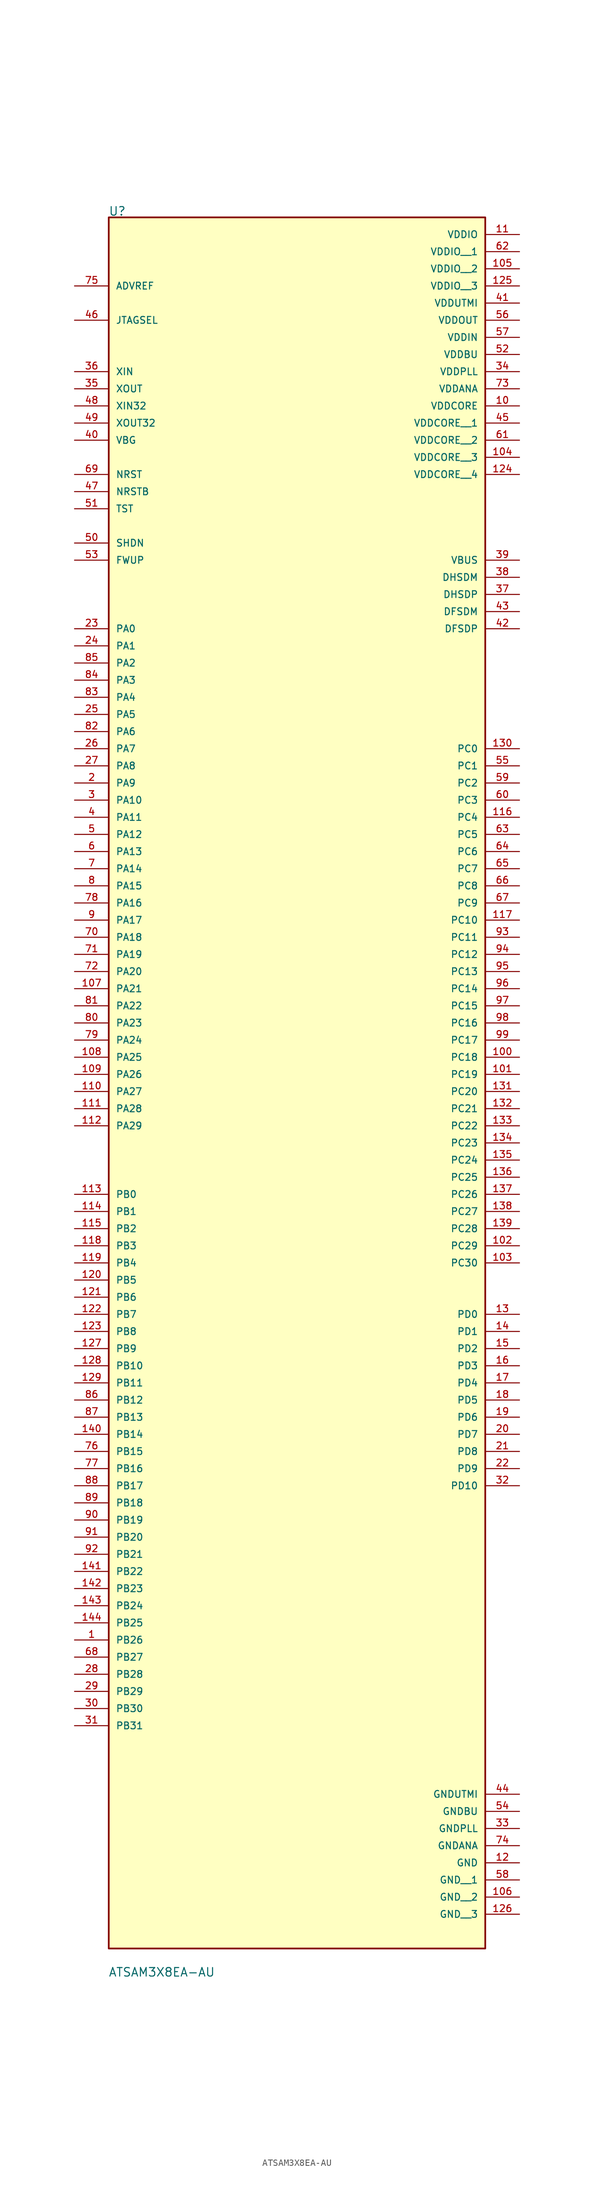
<source format=kicad_sym>
(kicad_symbol_lib
  (version 20211014)
  (generator kicad_symbol_editor)
  (symbol "ATSAM3X8EA-AU"
    (pin_names
      (offset 1.016))
    (property "Reference" "U"
      (at -27.98 114.465 0)
      (effects (font (size 1.27 1.27)) (justify bottom left)))
    (property "Value" "ATSAM3X8EA-AU"
      (at -27.994 -145.008 0.0)
      (effects (font (size 1.27 1.27)) (justify top left)))
    (symbol "ATSAM3X8EA-AU_0_0"
      (rectangle (start -27.94 -142.24) (end 27.94 114.3) (stroke (width 0.254)) (fill (type background)))
      (pin bidirectional line (at -33.02 53.34 0) (length 5.08) (name "PA0" (effects (font (size 1.016 1.016)))) (number "23" (effects (font (size 1.016 1.016)))))
      (pin bidirectional line (at -33.02 50.8 0) (length 5.08) (name "PA1" (effects (font (size 1.016 1.016)))) (number "24" (effects (font (size 1.016 1.016)))))
      (pin bidirectional line (at -33.02 48.26 0) (length 5.08) (name "PA2" (effects (font (size 1.016 1.016)))) (number "85" (effects (font (size 1.016 1.016)))))
      (pin bidirectional line (at -33.02 45.72 0) (length 5.08) (name "PA3" (effects (font (size 1.016 1.016)))) (number "84" (effects (font (size 1.016 1.016)))))
      (pin bidirectional line (at -33.02 43.18 0) (length 5.08) (name "PA4" (effects (font (size 1.016 1.016)))) (number "83" (effects (font (size 1.016 1.016)))))
      (pin bidirectional line (at -33.02 40.64 0) (length 5.08) (name "PA5" (effects (font (size 1.016 1.016)))) (number "25" (effects (font (size 1.016 1.016)))))
      (pin bidirectional line (at -33.02 38.1 0) (length 5.08) (name "PA6" (effects (font (size 1.016 1.016)))) (number "82" (effects (font (size 1.016 1.016)))))
      (pin bidirectional line (at -33.02 35.56 0) (length 5.08) (name "PA7" (effects (font (size 1.016 1.016)))) (number "26" (effects (font (size 1.016 1.016)))))
      (pin bidirectional line (at -33.02 33.02 0) (length 5.08) (name "PA8" (effects (font (size 1.016 1.016)))) (number "27" (effects (font (size 1.016 1.016)))))
      (pin bidirectional line (at -33.02 30.48 0) (length 5.08) (name "PA9" (effects (font (size 1.016 1.016)))) (number "2" (effects (font (size 1.016 1.016)))))
      (pin bidirectional line (at -33.02 27.94 0) (length 5.08) (name "PA10" (effects (font (size 1.016 1.016)))) (number "3" (effects (font (size 1.016 1.016)))))
      (pin bidirectional line (at -33.02 25.4 0) (length 5.08) (name "PA11" (effects (font (size 1.016 1.016)))) (number "4" (effects (font (size 1.016 1.016)))))
      (pin bidirectional line (at -33.02 22.86 0) (length 5.08) (name "PA12" (effects (font (size 1.016 1.016)))) (number "5" (effects (font (size 1.016 1.016)))))
      (pin bidirectional line (at -33.02 20.32 0) (length 5.08) (name "PA13" (effects (font (size 1.016 1.016)))) (number "6" (effects (font (size 1.016 1.016)))))
      (pin bidirectional line (at -33.02 17.78 0) (length 5.08) (name "PA14" (effects (font (size 1.016 1.016)))) (number "7" (effects (font (size 1.016 1.016)))))
      (pin bidirectional line (at -33.02 15.24 0) (length 5.08) (name "PA15" (effects (font (size 1.016 1.016)))) (number "8" (effects (font (size 1.016 1.016)))))
      (pin bidirectional line (at -33.02 12.7 0) (length 5.08) (name "PA16" (effects (font (size 1.016 1.016)))) (number "78" (effects (font (size 1.016 1.016)))))
      (pin bidirectional line (at -33.02 10.16 0) (length 5.08) (name "PA17" (effects (font (size 1.016 1.016)))) (number "9" (effects (font (size 1.016 1.016)))))
      (pin bidirectional line (at -33.02 7.62 0) (length 5.08) (name "PA18" (effects (font (size 1.016 1.016)))) (number "70" (effects (font (size 1.016 1.016)))))
      (pin bidirectional line (at -33.02 5.08 0) (length 5.08) (name "PA19" (effects (font (size 1.016 1.016)))) (number "71" (effects (font (size 1.016 1.016)))))
      (pin bidirectional line (at -33.02 2.54 0) (length 5.08) (name "PA20" (effects (font (size 1.016 1.016)))) (number "72" (effects (font (size 1.016 1.016)))))
      (pin bidirectional line (at -33.02 0.0 0) (length 5.08) (name "PA21" (effects (font (size 1.016 1.016)))) (number "107" (effects (font (size 1.016 1.016)))))
      (pin bidirectional line (at -33.02 -2.54 0) (length 5.08) (name "PA22" (effects (font (size 1.016 1.016)))) (number "81" (effects (font (size 1.016 1.016)))))
      (pin bidirectional line (at -33.02 -5.08 0) (length 5.08) (name "PA23" (effects (font (size 1.016 1.016)))) (number "80" (effects (font (size 1.016 1.016)))))
      (pin bidirectional line (at -33.02 -7.62 0) (length 5.08) (name "PA24" (effects (font (size 1.016 1.016)))) (number "79" (effects (font (size 1.016 1.016)))))
      (pin bidirectional line (at -33.02 -10.16 0) (length 5.08) (name "PA25" (effects (font (size 1.016 1.016)))) (number "108" (effects (font (size 1.016 1.016)))))
      (pin bidirectional line (at -33.02 -12.7 0) (length 5.08) (name "PA26" (effects (font (size 1.016 1.016)))) (number "109" (effects (font (size 1.016 1.016)))))
      (pin bidirectional line (at -33.02 -15.24 0) (length 5.08) (name "PA27" (effects (font (size 1.016 1.016)))) (number "110" (effects (font (size 1.016 1.016)))))
      (pin bidirectional line (at -33.02 -17.78 0) (length 5.08) (name "PA28" (effects (font (size 1.016 1.016)))) (number "111" (effects (font (size 1.016 1.016)))))
      (pin bidirectional line (at -33.02 -20.32 0) (length 5.08) (name "PA29" (effects (font (size 1.016 1.016)))) (number "112" (effects (font (size 1.016 1.016)))))
      (pin bidirectional line (at -33.02 -30.48 0) (length 5.08) (name "PB0" (effects (font (size 1.016 1.016)))) (number "113" (effects (font (size 1.016 1.016)))))
      (pin bidirectional line (at -33.02 -33.02 0) (length 5.08) (name "PB1" (effects (font (size 1.016 1.016)))) (number "114" (effects (font (size 1.016 1.016)))))
      (pin bidirectional line (at -33.02 -35.56 0) (length 5.08) (name "PB2" (effects (font (size 1.016 1.016)))) (number "115" (effects (font (size 1.016 1.016)))))
      (pin bidirectional line (at -33.02 -38.1 0) (length 5.08) (name "PB3" (effects (font (size 1.016 1.016)))) (number "118" (effects (font (size 1.016 1.016)))))
      (pin bidirectional line (at -33.02 -40.64 0) (length 5.08) (name "PB4" (effects (font (size 1.016 1.016)))) (number "119" (effects (font (size 1.016 1.016)))))
      (pin bidirectional line (at -33.02 -43.18 0) (length 5.08) (name "PB5" (effects (font (size 1.016 1.016)))) (number "120" (effects (font (size 1.016 1.016)))))
      (pin bidirectional line (at -33.02 -45.72 0) (length 5.08) (name "PB6" (effects (font (size 1.016 1.016)))) (number "121" (effects (font (size 1.016 1.016)))))
      (pin bidirectional line (at -33.02 -48.26 0) (length 5.08) (name "PB7" (effects (font (size 1.016 1.016)))) (number "122" (effects (font (size 1.016 1.016)))))
      (pin bidirectional line (at -33.02 -50.8 0) (length 5.08) (name "PB8" (effects (font (size 1.016 1.016)))) (number "123" (effects (font (size 1.016 1.016)))))
      (pin bidirectional line (at -33.02 -53.34 0) (length 5.08) (name "PB9" (effects (font (size 1.016 1.016)))) (number "127" (effects (font (size 1.016 1.016)))))
      (pin bidirectional line (at -33.02 -55.88 0) (length 5.08) (name "PB10" (effects (font (size 1.016 1.016)))) (number "128" (effects (font (size 1.016 1.016)))))
      (pin bidirectional line (at -33.02 -58.42 0) (length 5.08) (name "PB11" (effects (font (size 1.016 1.016)))) (number "129" (effects (font (size 1.016 1.016)))))
      (pin bidirectional line (at -33.02 -60.96 0) (length 5.08) (name "PB12" (effects (font (size 1.016 1.016)))) (number "86" (effects (font (size 1.016 1.016)))))
      (pin bidirectional line (at -33.02 -63.5 0) (length 5.08) (name "PB13" (effects (font (size 1.016 1.016)))) (number "87" (effects (font (size 1.016 1.016)))))
      (pin bidirectional line (at -33.02 -66.04 0) (length 5.08) (name "PB14" (effects (font (size 1.016 1.016)))) (number "140" (effects (font (size 1.016 1.016)))))
      (pin bidirectional line (at -33.02 -68.58 0) (length 5.08) (name "PB15" (effects (font (size 1.016 1.016)))) (number "76" (effects (font (size 1.016 1.016)))))
      (pin bidirectional line (at -33.02 -71.12 0) (length 5.08) (name "PB16" (effects (font (size 1.016 1.016)))) (number "77" (effects (font (size 1.016 1.016)))))
      (pin bidirectional line (at -33.02 -73.66 0) (length 5.08) (name "PB17" (effects (font (size 1.016 1.016)))) (number "88" (effects (font (size 1.016 1.016)))))
      (pin bidirectional line (at -33.02 -76.2 0) (length 5.08) (name "PB18" (effects (font (size 1.016 1.016)))) (number "89" (effects (font (size 1.016 1.016)))))
      (pin bidirectional line (at -33.02 -78.74 0) (length 5.08) (name "PB19" (effects (font (size 1.016 1.016)))) (number "90" (effects (font (size 1.016 1.016)))))
      (pin bidirectional line (at -33.02 -81.28 0) (length 5.08) (name "PB20" (effects (font (size 1.016 1.016)))) (number "91" (effects (font (size 1.016 1.016)))))
      (pin bidirectional line (at -33.02 -83.82 0) (length 5.08) (name "PB21" (effects (font (size 1.016 1.016)))) (number "92" (effects (font (size 1.016 1.016)))))
      (pin bidirectional line (at -33.02 -86.36 0) (length 5.08) (name "PB22" (effects (font (size 1.016 1.016)))) (number "141" (effects (font (size 1.016 1.016)))))
      (pin bidirectional line (at -33.02 -88.9 0) (length 5.08) (name "PB23" (effects (font (size 1.016 1.016)))) (number "142" (effects (font (size 1.016 1.016)))))
      (pin bidirectional line (at -33.02 -91.44 0) (length 5.08) (name "PB24" (effects (font (size 1.016 1.016)))) (number "143" (effects (font (size 1.016 1.016)))))
      (pin bidirectional line (at -33.02 -93.98 0) (length 5.08) (name "PB25" (effects (font (size 1.016 1.016)))) (number "144" (effects (font (size 1.016 1.016)))))
      (pin bidirectional line (at -33.02 -96.52 0) (length 5.08) (name "PB26" (effects (font (size 1.016 1.016)))) (number "1" (effects (font (size 1.016 1.016)))))
      (pin bidirectional line (at -33.02 -99.06 0) (length 5.08) (name "PB27" (effects (font (size 1.016 1.016)))) (number "68" (effects (font (size 1.016 1.016)))))
      (pin bidirectional line (at -33.02 -101.6 0) (length 5.08) (name "PB28" (effects (font (size 1.016 1.016)))) (number "28" (effects (font (size 1.016 1.016)))))
      (pin bidirectional line (at -33.02 -104.14 0) (length 5.08) (name "PB29" (effects (font (size 1.016 1.016)))) (number "29" (effects (font (size 1.016 1.016)))))
      (pin bidirectional line (at -33.02 -106.68 0) (length 5.08) (name "PB30" (effects (font (size 1.016 1.016)))) (number "30" (effects (font (size 1.016 1.016)))))
      (pin bidirectional line (at -33.02 -109.22 0) (length 5.08) (name "PB31" (effects (font (size 1.016 1.016)))) (number "31" (effects (font (size 1.016 1.016)))))
      (pin bidirectional line (at 33.02 35.56 180.0) (length 5.08) (name "PC0" (effects (font (size 1.016 1.016)))) (number "130" (effects (font (size 1.016 1.016)))))
      (pin bidirectional line (at 33.02 33.02 180.0) (length 5.08) (name "PC1" (effects (font (size 1.016 1.016)))) (number "55" (effects (font (size 1.016 1.016)))))
      (pin bidirectional line (at 33.02 30.48 180.0) (length 5.08) (name "PC2" (effects (font (size 1.016 1.016)))) (number "59" (effects (font (size 1.016 1.016)))))
      (pin bidirectional line (at 33.02 27.94 180.0) (length 5.08) (name "PC3" (effects (font (size 1.016 1.016)))) (number "60" (effects (font (size 1.016 1.016)))))
      (pin bidirectional line (at 33.02 25.4 180.0) (length 5.08) (name "PC4" (effects (font (size 1.016 1.016)))) (number "116" (effects (font (size 1.016 1.016)))))
      (pin bidirectional line (at 33.02 22.86 180.0) (length 5.08) (name "PC5" (effects (font (size 1.016 1.016)))) (number "63" (effects (font (size 1.016 1.016)))))
      (pin bidirectional line (at 33.02 20.32 180.0) (length 5.08) (name "PC6" (effects (font (size 1.016 1.016)))) (number "64" (effects (font (size 1.016 1.016)))))
      (pin bidirectional line (at 33.02 17.78 180.0) (length 5.08) (name "PC7" (effects (font (size 1.016 1.016)))) (number "65" (effects (font (size 1.016 1.016)))))
      (pin bidirectional line (at 33.02 15.24 180.0) (length 5.08) (name "PC8" (effects (font (size 1.016 1.016)))) (number "66" (effects (font (size 1.016 1.016)))))
      (pin bidirectional line (at 33.02 12.7 180.0) (length 5.08) (name "PC9" (effects (font (size 1.016 1.016)))) (number "67" (effects (font (size 1.016 1.016)))))
      (pin bidirectional line (at 33.02 10.16 180.0) (length 5.08) (name "PC10" (effects (font (size 1.016 1.016)))) (number "117" (effects (font (size 1.016 1.016)))))
      (pin bidirectional line (at 33.02 7.62 180.0) (length 5.08) (name "PC11" (effects (font (size 1.016 1.016)))) (number "93" (effects (font (size 1.016 1.016)))))
      (pin bidirectional line (at 33.02 5.08 180.0) (length 5.08) (name "PC12" (effects (font (size 1.016 1.016)))) (number "94" (effects (font (size 1.016 1.016)))))
      (pin bidirectional line (at 33.02 2.54 180.0) (length 5.08) (name "PC13" (effects (font (size 1.016 1.016)))) (number "95" (effects (font (size 1.016 1.016)))))
      (pin bidirectional line (at 33.02 0.0 180.0) (length 5.08) (name "PC14" (effects (font (size 1.016 1.016)))) (number "96" (effects (font (size 1.016 1.016)))))
      (pin bidirectional line (at 33.02 -2.54 180.0) (length 5.08) (name "PC15" (effects (font (size 1.016 1.016)))) (number "97" (effects (font (size 1.016 1.016)))))
      (pin bidirectional line (at 33.02 -5.08 180.0) (length 5.08) (name "PC16" (effects (font (size 1.016 1.016)))) (number "98" (effects (font (size 1.016 1.016)))))
      (pin bidirectional line (at 33.02 -7.62 180.0) (length 5.08) (name "PC17" (effects (font (size 1.016 1.016)))) (number "99" (effects (font (size 1.016 1.016)))))
      (pin bidirectional line (at 33.02 -10.16 180.0) (length 5.08) (name "PC18" (effects (font (size 1.016 1.016)))) (number "100" (effects (font (size 1.016 1.016)))))
      (pin bidirectional line (at 33.02 -12.7 180.0) (length 5.08) (name "PC19" (effects (font (size 1.016 1.016)))) (number "101" (effects (font (size 1.016 1.016)))))
      (pin bidirectional line (at 33.02 -15.24 180.0) (length 5.08) (name "PC20" (effects (font (size 1.016 1.016)))) (number "131" (effects (font (size 1.016 1.016)))))
      (pin bidirectional line (at 33.02 -17.78 180.0) (length 5.08) (name "PC21" (effects (font (size 1.016 1.016)))) (number "132" (effects (font (size 1.016 1.016)))))
      (pin bidirectional line (at 33.02 -20.32 180.0) (length 5.08) (name "PC22" (effects (font (size 1.016 1.016)))) (number "133" (effects (font (size 1.016 1.016)))))
      (pin bidirectional line (at 33.02 -22.86 180.0) (length 5.08) (name "PC23" (effects (font (size 1.016 1.016)))) (number "134" (effects (font (size 1.016 1.016)))))
      (pin bidirectional line (at 33.02 -25.4 180.0) (length 5.08) (name "PC24" (effects (font (size 1.016 1.016)))) (number "135" (effects (font (size 1.016 1.016)))))
      (pin bidirectional line (at 33.02 -27.94 180.0) (length 5.08) (name "PC25" (effects (font (size 1.016 1.016)))) (number "136" (effects (font (size 1.016 1.016)))))
      (pin bidirectional line (at 33.02 -30.48 180.0) (length 5.08) (name "PC26" (effects (font (size 1.016 1.016)))) (number "137" (effects (font (size 1.016 1.016)))))
      (pin bidirectional line (at 33.02 -33.02 180.0) (length 5.08) (name "PC27" (effects (font (size 1.016 1.016)))) (number "138" (effects (font (size 1.016 1.016)))))
      (pin bidirectional line (at 33.02 -35.56 180.0) (length 5.08) (name "PC28" (effects (font (size 1.016 1.016)))) (number "139" (effects (font (size 1.016 1.016)))))
      (pin bidirectional line (at 33.02 -38.1 180.0) (length 5.08) (name "PC29" (effects (font (size 1.016 1.016)))) (number "102" (effects (font (size 1.016 1.016)))))
      (pin bidirectional line (at 33.02 -40.64 180.0) (length 5.08) (name "PC30" (effects (font (size 1.016 1.016)))) (number "103" (effects (font (size 1.016 1.016)))))
      (pin bidirectional line (at 33.02 -48.26 180.0) (length 5.08) (name "PD0" (effects (font (size 1.016 1.016)))) (number "13" (effects (font (size 1.016 1.016)))))
      (pin bidirectional line (at 33.02 -50.8 180.0) (length 5.08) (name "PD1" (effects (font (size 1.016 1.016)))) (number "14" (effects (font (size 1.016 1.016)))))
      (pin bidirectional line (at 33.02 -53.34 180.0) (length 5.08) (name "PD2" (effects (font (size 1.016 1.016)))) (number "15" (effects (font (size 1.016 1.016)))))
      (pin bidirectional line (at 33.02 -55.88 180.0) (length 5.08) (name "PD3" (effects (font (size 1.016 1.016)))) (number "16" (effects (font (size 1.016 1.016)))))
      (pin bidirectional line (at 33.02 -58.42 180.0) (length 5.08) (name "PD4" (effects (font (size 1.016 1.016)))) (number "17" (effects (font (size 1.016 1.016)))))
      (pin bidirectional line (at 33.02 -60.96 180.0) (length 5.08) (name "PD5" (effects (font (size 1.016 1.016)))) (number "18" (effects (font (size 1.016 1.016)))))
      (pin bidirectional line (at 33.02 -63.5 180.0) (length 5.08) (name "PD6" (effects (font (size 1.016 1.016)))) (number "19" (effects (font (size 1.016 1.016)))))
      (pin bidirectional line (at 33.02 -66.04 180.0) (length 5.08) (name "PD7" (effects (font (size 1.016 1.016)))) (number "20" (effects (font (size 1.016 1.016)))))
      (pin bidirectional line (at 33.02 -68.58 180.0) (length 5.08) (name "PD8" (effects (font (size 1.016 1.016)))) (number "21" (effects (font (size 1.016 1.016)))))
      (pin bidirectional line (at 33.02 -71.12 180.0) (length 5.08) (name "PD9" (effects (font (size 1.016 1.016)))) (number "22" (effects (font (size 1.016 1.016)))))
      (pin power_in line (at 33.02 86.36 180.0) (length 5.08) (name "VDDCORE" (effects (font (size 1.016 1.016)))) (number "10" (effects (font (size 1.016 1.016)))))
      (pin power_in line (at 33.02 111.76 180.0) (length 5.08) (name "VDDIO" (effects (font (size 1.016 1.016)))) (number "11" (effects (font (size 1.016 1.016)))))
      (pin power_in line (at 33.02 -129.54 180.0) (length 5.08) (name "GND" (effects (font (size 1.016 1.016)))) (number "12" (effects (font (size 1.016 1.016)))))
      (pin power_in line (at 33.02 -124.46 180.0) (length 5.08) (name "GNDPLL" (effects (font (size 1.016 1.016)))) (number "33" (effects (font (size 1.016 1.016)))))
      (pin power_in line (at 33.02 91.44 180.0) (length 5.08) (name "VDDPLL" (effects (font (size 1.016 1.016)))) (number "34" (effects (font (size 1.016 1.016)))))
      (pin output line (at -33.02 88.9 0) (length 5.08) (name "XOUT" (effects (font (size 1.016 1.016)))) (number "35" (effects (font (size 1.016 1.016)))))
      (pin input line (at -33.02 91.44 0) (length 5.08) (name "XIN" (effects (font (size 1.016 1.016)))) (number "36" (effects (font (size 1.016 1.016)))))
      (pin bidirectional line (at 33.02 58.42 180.0) (length 5.08) (name "DHSDP" (effects (font (size 1.016 1.016)))) (number "37" (effects (font (size 1.016 1.016)))))
      (pin bidirectional line (at 33.02 60.96 180.0) (length 5.08) (name "DHSDM" (effects (font (size 1.016 1.016)))) (number "38" (effects (font (size 1.016 1.016)))))
      (pin input line (at 33.02 63.5 180.0) (length 5.08) (name "VBUS" (effects (font (size 1.016 1.016)))) (number "39" (effects (font (size 1.016 1.016)))))
      (pin input line (at -33.02 81.28 0) (length 5.08) (name "VBG" (effects (font (size 1.016 1.016)))) (number "40" (effects (font (size 1.016 1.016)))))
      (pin power_in line (at 33.02 101.6 180.0) (length 5.08) (name "VDDUTMI" (effects (font (size 1.016 1.016)))) (number "41" (effects (font (size 1.016 1.016)))))
      (pin bidirectional line (at 33.02 53.34 180.0) (length 5.08) (name "DFSDP" (effects (font (size 1.016 1.016)))) (number "42" (effects (font (size 1.016 1.016)))))
      (pin bidirectional line (at 33.02 55.88 180.0) (length 5.08) (name "DFSDM" (effects (font (size 1.016 1.016)))) (number "43" (effects (font (size 1.016 1.016)))))
      (pin power_in line (at 33.02 -119.38 180.0) (length 5.08) (name "GNDUTMI" (effects (font (size 1.016 1.016)))) (number "44" (effects (font (size 1.016 1.016)))))
      (pin input line (at -33.02 99.06 0) (length 5.08) (name "JTAGSEL" (effects (font (size 1.016 1.016)))) (number "46" (effects (font (size 1.016 1.016)))))
      (pin input line (at -33.02 73.66 0) (length 5.08) (name "NRSTB" (effects (font (size 1.016 1.016)))) (number "47" (effects (font (size 1.016 1.016)))))
      (pin input line (at -33.02 86.36 0) (length 5.08) (name "XIN32" (effects (font (size 1.016 1.016)))) (number "48" (effects (font (size 1.016 1.016)))))
      (pin output line (at -33.02 83.82 0) (length 5.08) (name "XOUT32" (effects (font (size 1.016 1.016)))) (number "49" (effects (font (size 1.016 1.016)))))
      (pin output line (at -33.02 66.04 0) (length 5.08) (name "SHDN" (effects (font (size 1.016 1.016)))) (number "50" (effects (font (size 1.016 1.016)))))
      (pin input line (at -33.02 71.12 0) (length 5.08) (name "TST" (effects (font (size 1.016 1.016)))) (number "51" (effects (font (size 1.016 1.016)))))
      (pin power_in line (at 33.02 93.98 180.0) (length 5.08) (name "VDDBU" (effects (font (size 1.016 1.016)))) (number "52" (effects (font (size 1.016 1.016)))))
      (pin input line (at -33.02 63.5 0) (length 5.08) (name "FWUP" (effects (font (size 1.016 1.016)))) (number "53" (effects (font (size 1.016 1.016)))))
      (pin power_in line (at 33.02 -121.92 180.0) (length 5.08) (name "GNDBU" (effects (font (size 1.016 1.016)))) (number "54" (effects (font (size 1.016 1.016)))))
      (pin power_in line (at 33.02 96.52 180.0) (length 5.08) (name "VDDIN" (effects (font (size 1.016 1.016)))) (number "57" (effects (font (size 1.016 1.016)))))
      (pin power_in line (at 33.02 99.06 180.0) (length 5.08) (name "VDDOUT" (effects (font (size 1.016 1.016)))) (number "56" (effects (font (size 1.016 1.016)))))
      (pin bidirectional line (at -33.02 76.2 0) (length 5.08) (name "NRST" (effects (font (size 1.016 1.016)))) (number "69" (effects (font (size 1.016 1.016)))))
      (pin power_in line (at 33.02 88.9 180.0) (length 5.08) (name "VDDANA" (effects (font (size 1.016 1.016)))) (number "73" (effects (font (size 1.016 1.016)))))
      (pin power_in line (at 33.02 -127.0 180.0) (length 5.08) (name "GNDANA" (effects (font (size 1.016 1.016)))) (number "74" (effects (font (size 1.016 1.016)))))
      (pin input line (at -33.02 104.14 0) (length 5.08) (name "ADVREF" (effects (font (size 1.016 1.016)))) (number "75" (effects (font (size 1.016 1.016)))))
      (pin bidirectional line (at 33.02 -73.66 180.0) (length 5.08) (name "PD10" (effects (font (size 1.016 1.016)))) (number "32" (effects (font (size 1.016 1.016)))))
      (pin power_in line (at 33.02 109.22 180.0) (length 5.08) (name "VDDIO__1" (effects (font (size 1.016 1.016)))) (number "62" (effects (font (size 1.016 1.016)))))
      (pin power_in line (at 33.02 106.68 180.0) (length 5.08) (name "VDDIO__2" (effects (font (size 1.016 1.016)))) (number "105" (effects (font (size 1.016 1.016)))))
      (pin power_in line (at 33.02 104.14 180.0) (length 5.08) (name "VDDIO__3" (effects (font (size 1.016 1.016)))) (number "125" (effects (font (size 1.016 1.016)))))
      (pin power_in line (at 33.02 83.82 180.0) (length 5.08) (name "VDDCORE__1" (effects (font (size 1.016 1.016)))) (number "45" (effects (font (size 1.016 1.016)))))
      (pin power_in line (at 33.02 81.28 180.0) (length 5.08) (name "VDDCORE__2" (effects (font (size 1.016 1.016)))) (number "61" (effects (font (size 1.016 1.016)))))
      (pin power_in line (at 33.02 78.74 180.0) (length 5.08) (name "VDDCORE__3" (effects (font (size 1.016 1.016)))) (number "104" (effects (font (size 1.016 1.016)))))
      (pin power_in line (at 33.02 76.2 180.0) (length 5.08) (name "VDDCORE__4" (effects (font (size 1.016 1.016)))) (number "124" (effects (font (size 1.016 1.016)))))
      (pin power_in line (at 33.02 -132.08 180.0) (length 5.08) (name "GND__1" (effects (font (size 1.016 1.016)))) (number "58" (effects (font (size 1.016 1.016)))))
      (pin power_in line (at 33.02 -134.62 180.0) (length 5.08) (name "GND__2" (effects (font (size 1.016 1.016)))) (number "106" (effects (font (size 1.016 1.016)))))
      (pin power_in line (at 33.02 -137.16 180.0) (length 5.08) (name "GND__3" (effects (font (size 1.016 1.016)))) (number "126" (effects (font (size 1.016 1.016))))))))
</source>
